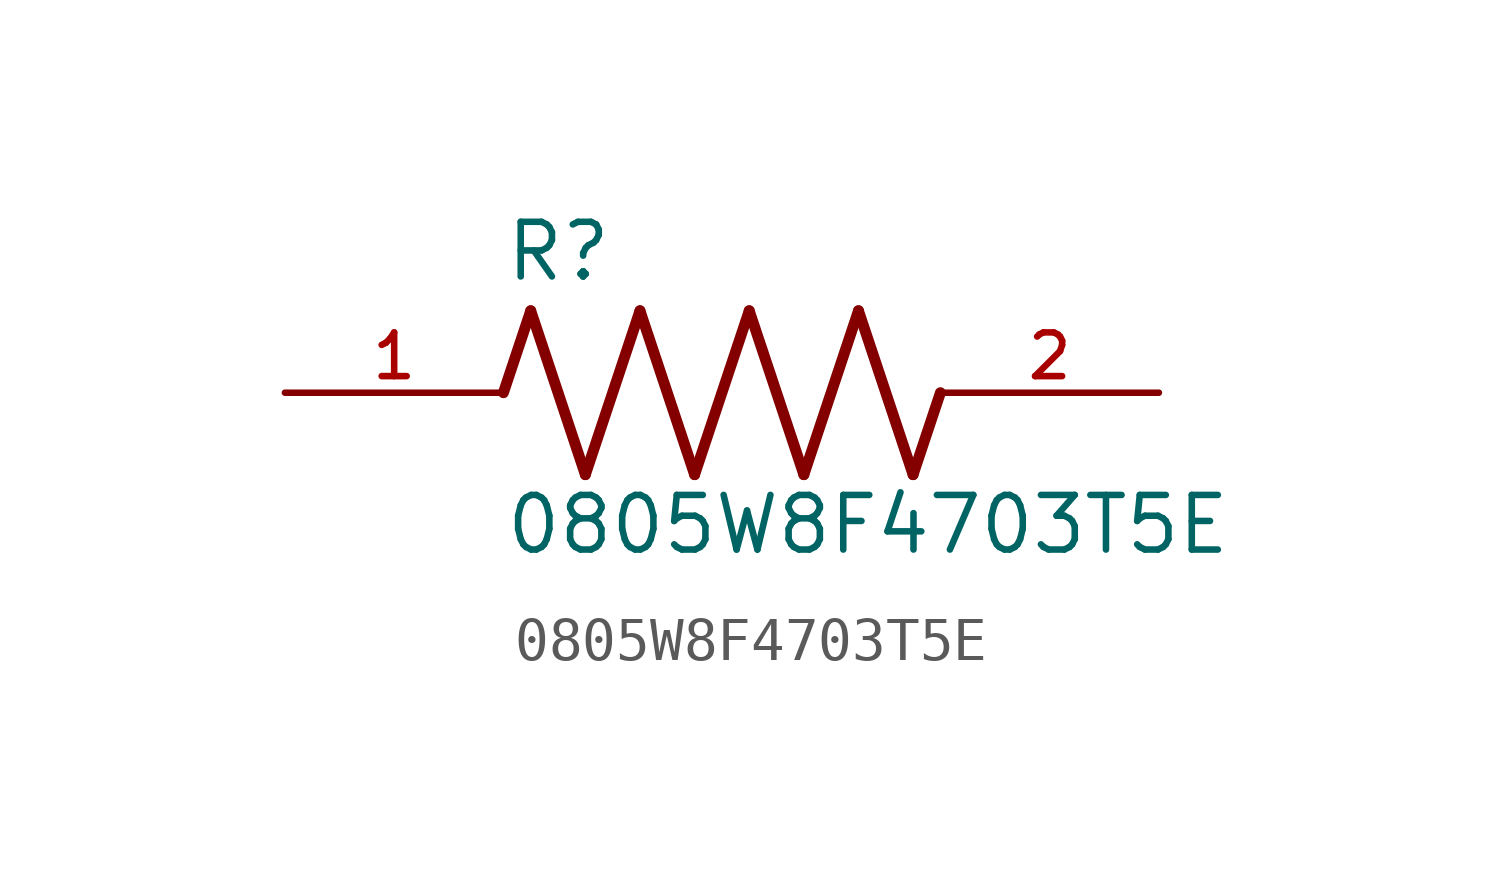
<source format=kicad_sym>
(kicad_symbol_lib
  (version 20211014)
  (generator kicad_symbol_editor)
  (symbol "0805W8F4703T5E"
    (pin_names
      (offset 1.016))
    (property "Reference" "R"
      (at -5.08 2.54 0)
      (effects (font (size 1.27 1.27)) (justify bottom left)))
    (property "Value" "0805W8F4703T5E"
      (at -5.08 -3.81 0)
      (effects (font (size 1.27 1.27)) (justify bottom left)))
    (symbol "0805W8F4703T5E_0_0"
      (polyline (pts (xy -5.08 0.0) (xy -4.445 1.905)) (stroke (width 0.254)))
      (polyline (pts (xy -4.445 1.905) (xy -3.175 -1.905)) (stroke (width 0.254)))
      (polyline (pts (xy -3.175 -1.905) (xy -1.905 1.905)) (stroke (width 0.254)))
      (polyline (pts (xy -1.905 1.905) (xy -0.635 -1.905)) (stroke (width 0.254)))
      (polyline (pts (xy -0.635 -1.905) (xy 0.635 1.905)) (stroke (width 0.254)))
      (polyline (pts (xy 0.635 1.905) (xy 1.905 -1.905)) (stroke (width 0.254)))
      (polyline (pts (xy 1.905 -1.905) (xy 3.175 1.905)) (stroke (width 0.254)))
      (polyline (pts (xy 3.175 1.905) (xy 4.445 -1.905)) (stroke (width 0.254)))
      (polyline (pts (xy 4.445 -1.905) (xy 5.08 0.0)) (stroke (width 0.254)))
      (pin passive line (at -10.16 0.0 0) (length 5.08) (name "~" (effects (font (size 1.016 1.016)))) (number "1" (effects (font (size 1.016 1.016)))))
      (pin passive line (at 10.16 0.0 180.0) (length 5.08) (name "~" (effects (font (size 1.016 1.016)))) (number "2" (effects (font (size 1.016 1.016))))))))
</source>
